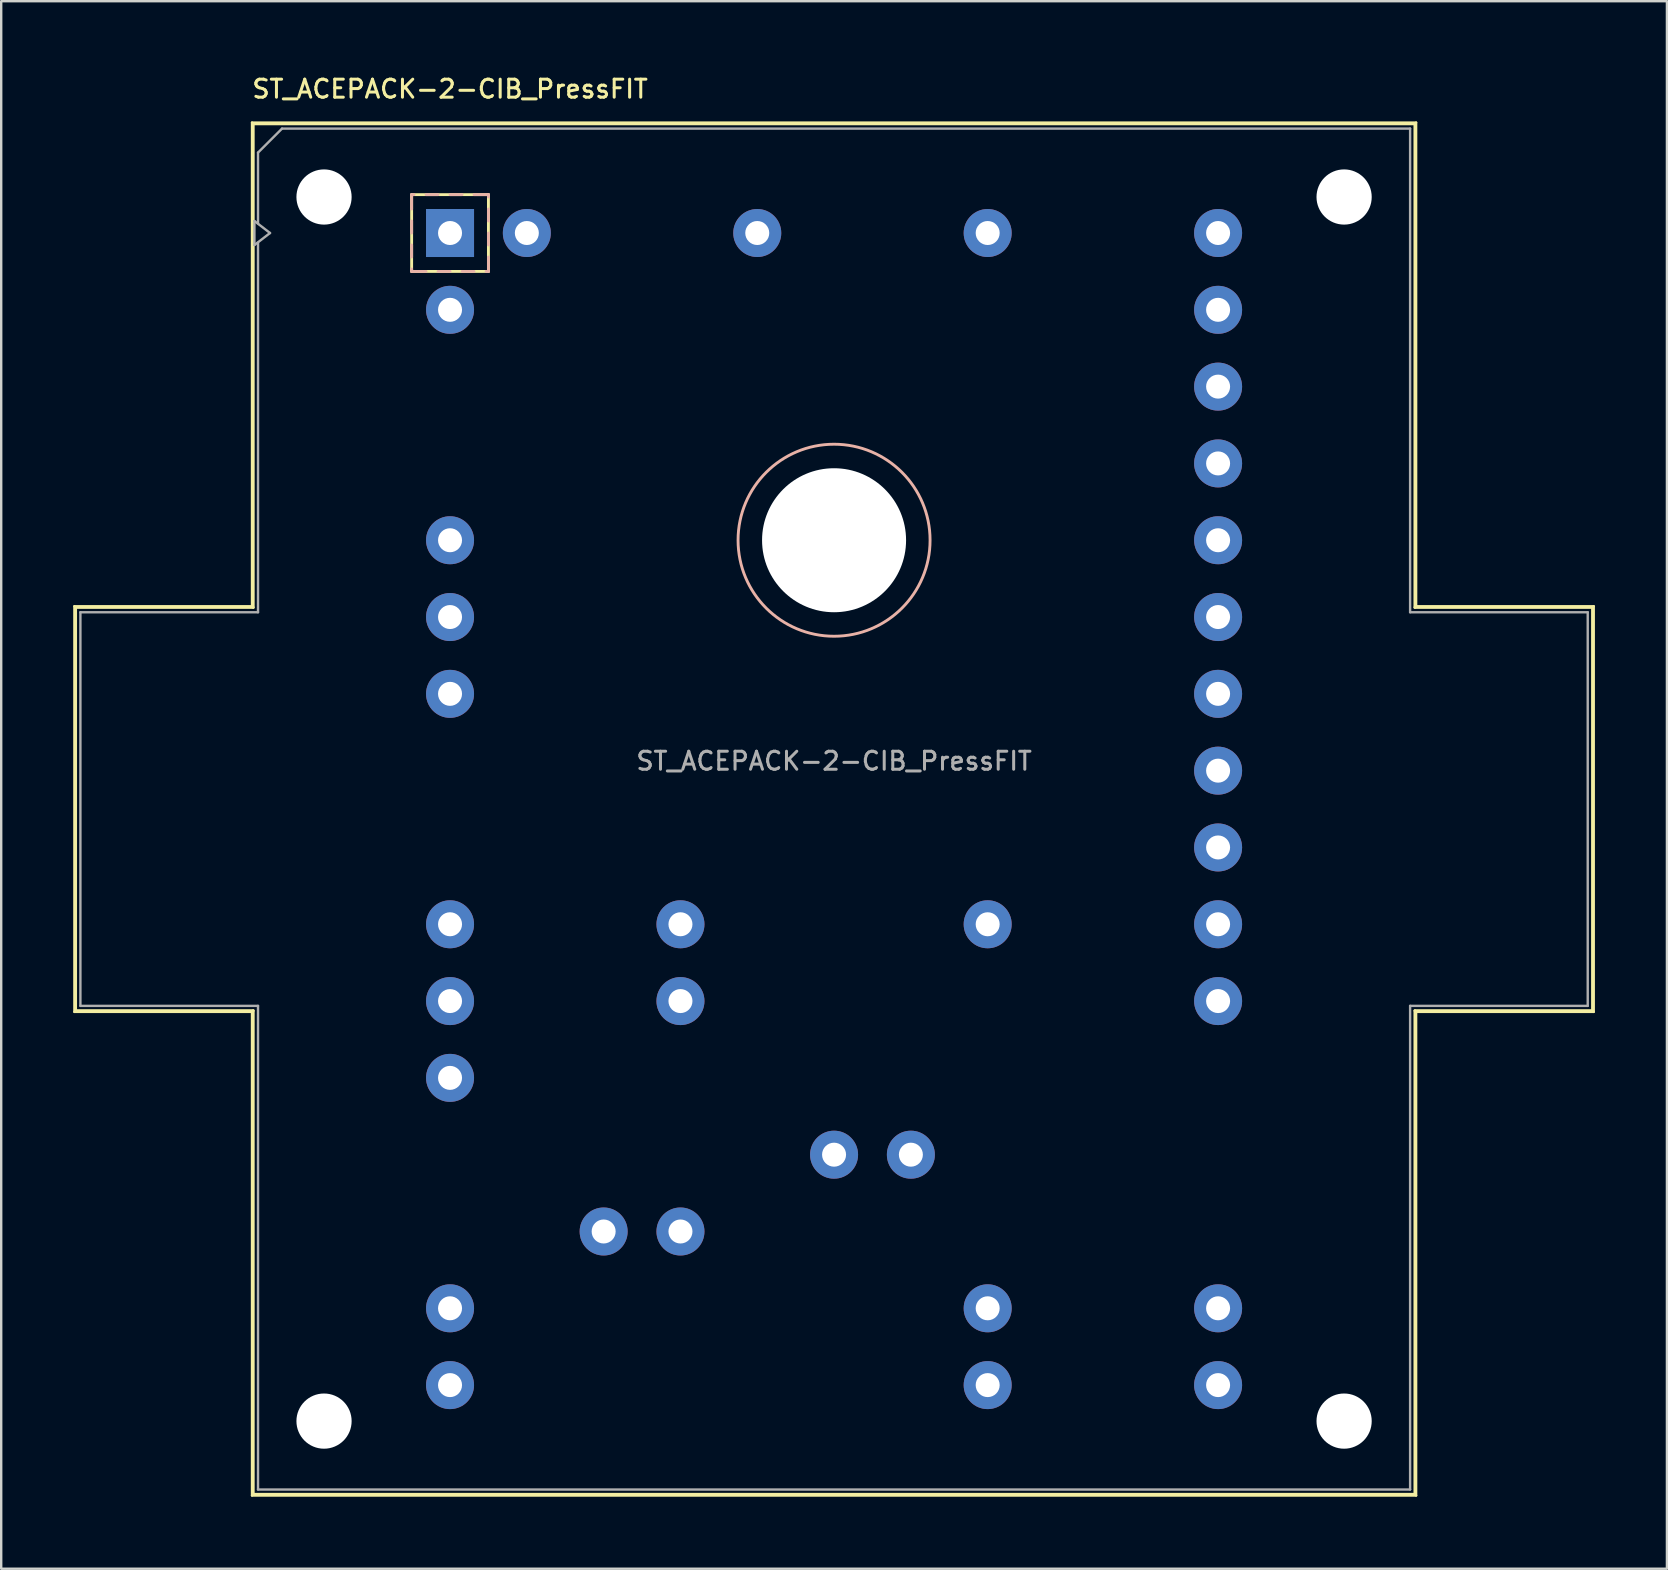
<source format=kicad_pcb>
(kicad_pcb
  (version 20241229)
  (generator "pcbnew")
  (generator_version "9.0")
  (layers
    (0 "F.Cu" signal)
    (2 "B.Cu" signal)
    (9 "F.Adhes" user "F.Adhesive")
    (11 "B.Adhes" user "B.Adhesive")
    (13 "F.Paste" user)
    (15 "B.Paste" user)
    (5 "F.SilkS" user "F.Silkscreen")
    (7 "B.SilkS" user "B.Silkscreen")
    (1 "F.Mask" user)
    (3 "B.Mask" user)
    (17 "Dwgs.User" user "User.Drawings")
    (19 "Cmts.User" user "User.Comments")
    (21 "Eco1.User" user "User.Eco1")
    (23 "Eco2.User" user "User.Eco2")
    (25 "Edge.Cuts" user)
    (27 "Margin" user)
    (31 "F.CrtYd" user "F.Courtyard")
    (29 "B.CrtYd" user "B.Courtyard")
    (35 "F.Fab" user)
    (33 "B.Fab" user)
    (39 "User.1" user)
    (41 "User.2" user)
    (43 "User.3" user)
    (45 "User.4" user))
  (footprint "ST_ACEPACK-2-CIB_PressFIT"
    (layer "F.Cu")
    (at 15.7 6.658)
    (property "Reference" "ST_ACEPACK-2-CIB_PressFIT" (at 0 -6 180) (layer "F.SilkS") (effects (font (size 0.75 0.75) (thickness 0.125))))
    (attr through_hole)
    (fp_line (start -15.65 15.55) (end -15.65 32.45) (stroke (width 0.1) (type solid)) (layer "F.SilkS"))
    (fp_line (start -15.65 32.45) (end -8.25 32.45) (stroke (width 0.1) (type solid)) (layer "F.SilkS"))
    (fp_line (start -15.6 15.6) (end -15.6 32.4) (stroke (width 0.12) (type solid)) (layer "F.SilkS"))
    (fp_line (start -15.6 32.4) (end -8.2 32.4) (stroke (width 0.12) (type solid)) (layer "F.SilkS"))
    (fp_line (start -8.25 -4.6) (end -8.25 15.55) (stroke (width 0.1) (type solid)) (layer "F.SilkS"))
    (fp_line (start -8.25 15.55) (end -15.65 15.55) (stroke (width 0.1) (type solid)) (layer "F.SilkS"))
    (fp_line (start -8.25 32.45) (end -8.25 52.6) (stroke (width 0.1) (type solid)) (layer "F.SilkS"))
    (fp_line (start -8.25 52.6) (end 40.25 52.6) (stroke (width 0.1) (type solid)) (layer "F.SilkS"))
    (fp_line (start -8.2 -4.55) (end -8.2 15.6) (stroke (width 0.12) (type solid)) (layer "F.SilkS"))
    (fp_line (start -8.2 15.6) (end -15.6 15.6) (stroke (width 0.12) (type solid)) (layer "F.SilkS"))
    (fp_line (start -8.2 32.4) (end -8.2 52.55) (stroke (width 0.12) (type solid)) (layer "F.SilkS"))
    (fp_line (start -8.2 52.55) (end 40.2 52.55) (stroke (width 0.12) (type solid)) (layer "F.SilkS"))
    (fp_line (start -1.6 -1.6) (end 1.6 -1.6) (stroke (width 0.12) (type solid)) (layer "F.SilkS"))
    (fp_line (start -1.6 1.6) (end -1.6 -1.6) (stroke (width 0.12) (type solid)) (layer "F.SilkS"))
    (fp_line (start 1.6 -1.6) (end 1.6 1.6) (stroke (width 0.12) (type solid)) (layer "F.SilkS"))
    (fp_line (start 1.6 1.6) (end -1.6 1.6) (stroke (width 0.12) (type solid)) (layer "F.SilkS"))
    (fp_line (start 40.2 -4.55) (end -8.2 -4.55) (stroke (width 0.12) (type solid)) (layer "F.SilkS"))
    (fp_line (start 40.2 15.6) (end 40.2 -4.55) (stroke (width 0.12) (type solid)) (layer "F.SilkS"))
    (fp_line (start 40.2 32.4) (end 47.6 32.4) (stroke (width 0.12) (type solid)) (layer "F.SilkS"))
    (fp_line (start 40.2 52.55) (end 40.2 32.4) (stroke (width 0.12) (type solid)) (layer "F.SilkS"))
    (fp_line (start 40.25 -4.6) (end -8.25 -4.6) (stroke (width 0.1) (type solid)) (layer "F.SilkS"))
    (fp_line (start 40.25 15.55) (end 40.25 -4.6) (stroke (width 0.1) (type solid)) (layer "F.SilkS"))
    (fp_line (start 40.25 32.45) (end 47.65 32.45) (stroke (width 0.1) (type solid)) (layer "F.SilkS"))
    (fp_line (start 40.25 52.6) (end 40.25 32.45) (stroke (width 0.1) (type solid)) (layer "F.SilkS"))
    (fp_line (start 47.6 15.6) (end 40.2 15.6) (stroke (width 0.12) (type solid)) (layer "F.SilkS"))
    (fp_line (start 47.6 32.4) (end 47.6 15.6) (stroke (width 0.12) (type solid)) (layer "F.SilkS"))
    (fp_line (start 47.65 15.55) (end 40.25 15.55) (stroke (width 0.1) (type solid)) (layer "F.SilkS"))
    (fp_line (start 47.65 32.45) (end 47.65 15.55) (stroke (width 0.1) (type solid)) (layer "F.SilkS"))
    (fp_line (start -1.6 -1.6) (end -1.6 -1) (stroke (width 0.12) (type solid)) (layer "B.SilkS"))
    (fp_line (start -1.6 -0.5) (end -1.6 0) (stroke (width 0.12) (type solid)) (layer "B.SilkS"))
    (fp_line (start -1.6 0.5) (end -1.6 1) (stroke (width 0.12) (type solid)) (layer "B.SilkS"))
    (fp_line (start -1.6 1.5) (end -1.6 1.6) (stroke (width 0.12) (type solid)) (layer "B.SilkS"))
    (fp_line (start -1.6 1.6) (end -1 1.6) (stroke (width 0.12) (type solid)) (layer "B.SilkS"))
    (fp_line (start -1.5 -1.6) (end -1.6 -1.6) (stroke (width 0.12) (type solid)) (layer "B.SilkS"))
    (fp_line (start -0.5 -1.6) (end -1 -1.6) (stroke (width 0.12) (type solid)) (layer "B.SilkS"))
    (fp_line (start -0.5 1.6) (end 0 1.6) (stroke (width 0.12) (type solid)) (layer "B.SilkS"))
    (fp_line (start 0.5 -1.6) (end 0 -1.6) (stroke (width 0.12) (type solid)) (layer "B.SilkS"))
    (fp_line (start 0.5 1.6) (end 1 1.6) (stroke (width 0.12) (type solid)) (layer "B.SilkS"))
    (fp_line (start 1.5 1.6) (end 1.6 1.6) (stroke (width 0.12) (type solid)) (layer "B.SilkS"))
    (fp_line (start 1.6 -1.6) (end 1 -1.6) (stroke (width 0.12) (type solid)) (layer "B.SilkS"))
    (fp_line (start 1.6 -1.5) (end 1.6 -1.6) (stroke (width 0.12) (type solid)) (layer "B.SilkS"))
    (fp_line (start 1.6 -0.5) (end 1.6 -1) (stroke (width 0.12) (type solid)) (layer "B.SilkS"))
    (fp_line (start 1.6 0.5) (end 1.6 0) (stroke (width 0.12) (type solid)) (layer "B.SilkS"))
    (fp_line (start 1.6 1.6) (end 1.6 1) (stroke (width 0.12) (type solid)) (layer "B.SilkS"))
    (fp_circle (center 16 12.8) (end 16 16.8) (stroke (width 0.12) (type solid)) (fill no) (layer "B.SilkS"))
    (fp_line (start -15.4 15.8) (end -15.4 32.2) (stroke (width 0.1) (type solid)) (layer "F.Fab"))
    (fp_line (start -15.4 15.8) (end -8 15.8) (stroke (width 0.1) (type solid)) (layer "F.Fab"))
    (fp_line (start -15.4 32.2) (end -8 32.2) (stroke (width 0.1) (type solid)) (layer "F.Fab"))
    (fp_line (start -8.15 -0.5) (end -8.15 0.5) (stroke (width 0.1) (type solid)) (layer "F.Fab"))
    (fp_line (start -8.15 0.5) (end -7.5 0) (stroke (width 0.1) (type solid)) (layer "F.Fab"))
    (fp_line (start -8 -0.4) (end -8 -3.35) (stroke (width 0.1) (type solid)) (layer "F.Fab"))
    (fp_line (start -8 0.4) (end -8 15.8) (stroke (width 0.1) (type solid)) (layer "F.Fab"))
    (fp_line (start -8 32.2) (end -8 52.35) (stroke (width 0.1) (type solid)) (layer "F.Fab"))
    (fp_line (start -8 52.35) (end 40 52.35) (stroke (width 0.1) (type solid)) (layer "F.Fab"))
    (fp_line (start -7.5 0) (end -8.15 -0.5) (stroke (width 0.1) (type solid)) (layer "F.Fab"))
    (fp_line (start -7 -4.35) (end -8 -3.35) (stroke (width 0.1) (type solid)) (layer "F.Fab"))
    (fp_line (start 40 -4.35) (end -7 -4.35) (stroke (width 0.1) (type solid)) (layer "F.Fab"))
    (fp_line (start 40 15.8) (end 40 -4.35) (stroke (width 0.1) (type solid)) (layer "F.Fab"))
    (fp_line (start 40 52.35) (end 40 32.2) (stroke (width 0.1) (type solid)) (layer "F.Fab"))
    (fp_line (start 47.4 15.8) (end 40 15.8) (stroke (width 0.1) (type solid)) (layer "F.Fab"))
    (fp_line (start 47.4 15.8) (end 47.4 32.2) (stroke (width 0.1) (type solid)) (layer "F.Fab"))
    (fp_line (start 47.4 32.2) (end 40 32.2) (stroke (width 0.1) (type solid)) (layer "F.Fab"))
    (fp_text user "${REFERENCE}" (at 16 22 0) (layer "F.Fab") (effects (font (size 0.75 0.75) (thickness 0.125))))
    (pad "" np_thru_hole circle (at -5.25 -1.5) (size 2.3 2.3) (drill 2.3) (layers "*.Cu" "*.Mask"))
    (pad "" np_thru_hole circle (at -5.25 49.5) (size 2.3 2.3) (drill 2.3) (layers "*.Cu" "*.Mask"))
    (pad "" np_thru_hole circle (at 16 12.8) (size 6 6) (drill 6) (layers "*.Cu" "*.Mask"))
    (pad "" np_thru_hole circle (at 37.25 -1.5) (size 2.3 2.3) (drill 2.3) (layers "*.Cu" "*.Mask"))
    (pad "" np_thru_hole circle (at 37.25 49.5) (size 2.3 2.3) (drill 2.3) (layers "*.Cu" "*.Mask"))
    (pad "B" thru_hole circle (at 22.4 28.8) (size 2 2) (drill 1) (layers "*.Cu" "*.Mask"))
    (pad "EU" thru_hole circle (at 32 19.2) (size 2 2) (drill 1) (layers "*.Cu" "*.Mask"))
    (pad "EU" thru_hole circle (at 32 22.4) (size 2 2) (drill 1) (layers "*.Cu" "*.Mask"))
    (pad "EV" thru_hole circle (at 32 9.6) (size 2 2) (drill 1) (layers "*.Cu" "*.Mask"))
    (pad "EV" thru_hole circle (at 32 12.8) (size 2 2) (drill 1) (layers "*.Cu" "*.Mask"))
    (pad "EW" thru_hole circle (at 32 0) (size 2 2) (drill 1) (layers "*.Cu" "*.Mask"))
    (pad "EW" thru_hole circle (at 32 3.2) (size 2 2) (drill 1) (layers "*.Cu" "*.Mask"))
    (pad "G1" thru_hole circle (at 0 28.8) (size 2 2) (drill 1) (layers "*.Cu" "*.Mask"))
    (pad "G2" thru_hole circle (at 32 25.6) (size 2 2) (drill 1) (layers "*.Cu" "*.Mask"))
    (pad "G3" thru_hole circle (at 0 12.8) (size 2 2) (drill 1) (layers "*.Cu" "*.Mask"))
    (pad "G4" thru_hole circle (at 32 16) (size 2 2) (drill 1) (layers "*.Cu" "*.Mask"))
    (pad "G5" thru_hole circle (at 3.2 0) (size 2 2) (drill 1) (layers "*.Cu" "*.Mask"))
    (pad "G6" thru_hole circle (at 32 6.4) (size 2 2) (drill 1) (layers "*.Cu" "*.Mask"))
    (pad "GB" thru_hole circle (at 32 32) (size 2 2) (drill 1) (layers "*.Cu" "*.Mask"))
    (pad "L1" thru_hole circle (at 16 38.4) (size 2 2) (drill 1) (layers "*.Cu" "*.Mask"))
    (pad "L1" thru_hole circle (at 19.2 38.4) (size 2 2) (drill 1) (layers "*.Cu" "*.Mask"))
    (pad "L2" thru_hole circle (at 6.4 41.6) (size 2 2) (drill 1) (layers "*.Cu" "*.Mask"))
    (pad "L2" thru_hole circle (at 9.6 41.6) (size 2 2) (drill 1) (layers "*.Cu" "*.Mask"))
    (pad "L3" thru_hole circle (at 0 44.8) (size 2 2) (drill 1) (layers "*.Cu" "*.Mask"))
    (pad "L3" thru_hole circle (at 0 48) (size 2 2) (drill 1) (layers "*.Cu" "*.Mask"))
    (pad "N" thru_hole circle (at 32 44.8) (size 2 2) (drill 1) (layers "*.Cu" "*.Mask"))
    (pad "N" thru_hole circle (at 32 48) (size 2 2) (drill 1) (layers "*.Cu" "*.Mask"))
    (pad "NB" thru_hole circle (at 32 28.8) (size 2 2) (drill 1) (layers "*.Cu" "*.Mask"))
    (pad "P" thru_hole circle (at 22.4 44.8) (size 2 2) (drill 1) (layers "*.Cu" "*.Mask"))
    (pad "P" thru_hole circle (at 22.4 48) (size 2 2) (drill 1) (layers "*.Cu" "*.Mask"))
    (pad "P1" thru_hole circle (at 9.6 28.8) (size 2 2) (drill 1) (layers "*.Cu" "*.Mask"))
    (pad "P1" thru_hole circle (at 9.6 32) (size 2 2) (drill 1) (layers "*.Cu" "*.Mask"))
    (pad "T1" thru_hole circle (at 22.4 0) (size 2 2) (drill 1) (layers "*.Cu" "*.Mask"))
    (pad "T2" thru_hole circle (at 12.8 0) (size 2 2) (drill 1) (layers "*.Cu" "*.Mask"))
    (pad "U" thru_hole circle (at 0 32) (size 2 2) (drill 1) (layers "*.Cu" "*.Mask"))
    (pad "U" thru_hole circle (at 0 35.2) (size 2 2) (drill 1) (layers "*.Cu" "*.Mask"))
    (pad "V" thru_hole circle (at 0 16) (size 2 2) (drill 1) (layers "*.Cu" "*.Mask"))
    (pad "V" thru_hole circle (at 0 19.2) (size 2 2) (drill 1) (layers "*.Cu" "*.Mask"))
    (pad "W" thru_hole rect (at 0 0) (size 2 2) (drill 1) (layers "*.Cu" "*.Mask"))
    (pad "W" thru_hole circle (at 0 3.2) (size 2 2) (drill 1) (layers "*.Cu" "*.Mask"))
    (zone (net_name "") (layers "F.Cu" "B.Cu") (name "MH") (hatch full 0.508) (connect_pads) (min_thickness 0.254) (filled_areas_thickness no) (keepout (tracks not_allowed) (vias not_allowed) (pads not_allowed) (copperpour not_allowed) (footprints not_allowed)) (placement (enabled no)) (fill) (polygon (pts (xy 9.905 30.658) (xy 9.886 30.232) (xy 9.828 29.809) (xy 9.732 29.393) (xy 9.598 28.987) (xy 9.429 28.596) (xy 9.225 28.221) (xy 8.987 27.866) (xy 8.718 27.534) (xy 8.421 27.228) (xy 8.097 26.951) (xy 7.749 26.703) (xy 7.38 26.489) (xy 6.993 26.308) (xy 6.591 26.164) (xy 6.178 26.056) (xy 5.757 25.986) (xy 5.331 25.955) (xy 4.905 25.962) (xy 4.48 26.008) (xy 4.062 26.093) (xy 3.653 26.215) (xy 3.256 26.373) (xy 2.876 26.567) (xy 2.515 26.795) (xy 2.176 27.054) (xy 1.861 27.343) (xy 1.575 27.659) (xy 1.318 28) (xy 1.093 28.363) (xy 0.902 28.744) (xy 0.746 29.142) (xy 0.627 29.552) (xy 0.545 29.971) (xy 0.502 30.395) (xy 0.498 30.822) (xy 0.532 31.248) (xy 0.605 31.668) (xy 0.715 32.081) (xy 0.863 32.481) (xy 1.046 32.867) (xy 1.263 33.234) (xy 1.513 33.581) (xy 1.793 33.903) (xy 2.101 34.198) (xy 2.434 34.465) (xy 2.791 34.7) (xy 3.167 34.901) (xy 3.56 35.068) (xy 3.966 35.199) (xy 4.383 35.292) (xy 4.806 35.347) (xy 5.233 35.363) (xy 5.659 35.341) (xy 6.082 35.28) (xy 6.497 35.181) (xy 6.901 35.045) (xy 7.292 34.872) (xy 7.665 34.666) (xy 8.018 34.426) (xy 8.348 34.155) (xy 8.652 33.855) (xy 8.928 33.529) (xy 9.173 33.179) (xy 9.385 32.809) (xy 9.562 32.421) (xy 9.704 32.018) (xy 9.809 31.604) (xy 9.876 31.183) (xy 9.904 30.757))))
    (zone (net_name "") (layers "F.Cu" "B.Cu") (name "MH") (hatch full 0.508) (connect_pads) (min_thickness 0.254) (filled_areas_thickness no) (keepout (tracks not_allowed) (vias not_allowed) (pads not_allowed) (copperpour not_allowed) (footprints not_allowed)) (placement (enabled no)) (fill) (polygon (pts (xy 62.905 30.658) (xy 62.886 30.232) (xy 62.828 29.809) (xy 62.732 29.393) (xy 62.598 28.987) (xy 62.429 28.596) (xy 62.225 28.221) (xy 61.987 27.866) (xy 61.718 27.534) (xy 61.421 27.228) (xy 61.097 26.951) (xy 60.749 26.703) (xy 60.38 26.489) (xy 59.993 26.308) (xy 59.591 26.164) (xy 59.178 26.056) (xy 58.757 25.986) (xy 58.331 25.955) (xy 57.905 25.962) (xy 57.48 26.008) (xy 57.062 26.093) (xy 56.653 26.215) (xy 56.256 26.373) (xy 55.876 26.567) (xy 55.515 26.795) (xy 55.176 27.054) (xy 54.861 27.343) (xy 54.575 27.659) (xy 54.318 28) (xy 54.093 28.363) (xy 53.902 28.744) (xy 53.746 29.142) (xy 53.627 29.552) (xy 53.545 29.971) (xy 53.502 30.395) (xy 53.498 30.822) (xy 53.532 31.248) (xy 53.605 31.668) (xy 53.715 32.081) (xy 53.863 32.481) (xy 54.046 32.867) (xy 54.263 33.234) (xy 54.513 33.581) (xy 54.793 33.903) (xy 55.101 34.198) (xy 55.434 34.465) (xy 55.791 34.7) (xy 56.167 34.901) (xy 56.56 35.068) (xy 56.966 35.199) (xy 57.383 35.292) (xy 57.806 35.347) (xy 58.233 35.363) (xy 58.659 35.341) (xy 59.082 35.28) (xy 59.497 35.181) (xy 59.901 35.045) (xy 60.292 34.872) (xy 60.665 34.666) (xy 61.018 34.426) (xy 61.348 34.155) (xy 61.652 33.855) (xy 61.928 33.529) (xy 62.173 33.179) (xy 62.385 32.809) (xy 62.562 32.421) (xy 62.704 32.018) (xy 62.809 31.604) (xy 62.876 31.183) (xy 62.904 30.757)))))
  (gr_rect
    (start -3 -3)
    (end 66.4 62.308)
    (stroke (width 0.1) (type default))
    (fill no)
    (layer "Edge.Cuts")))
</source>
